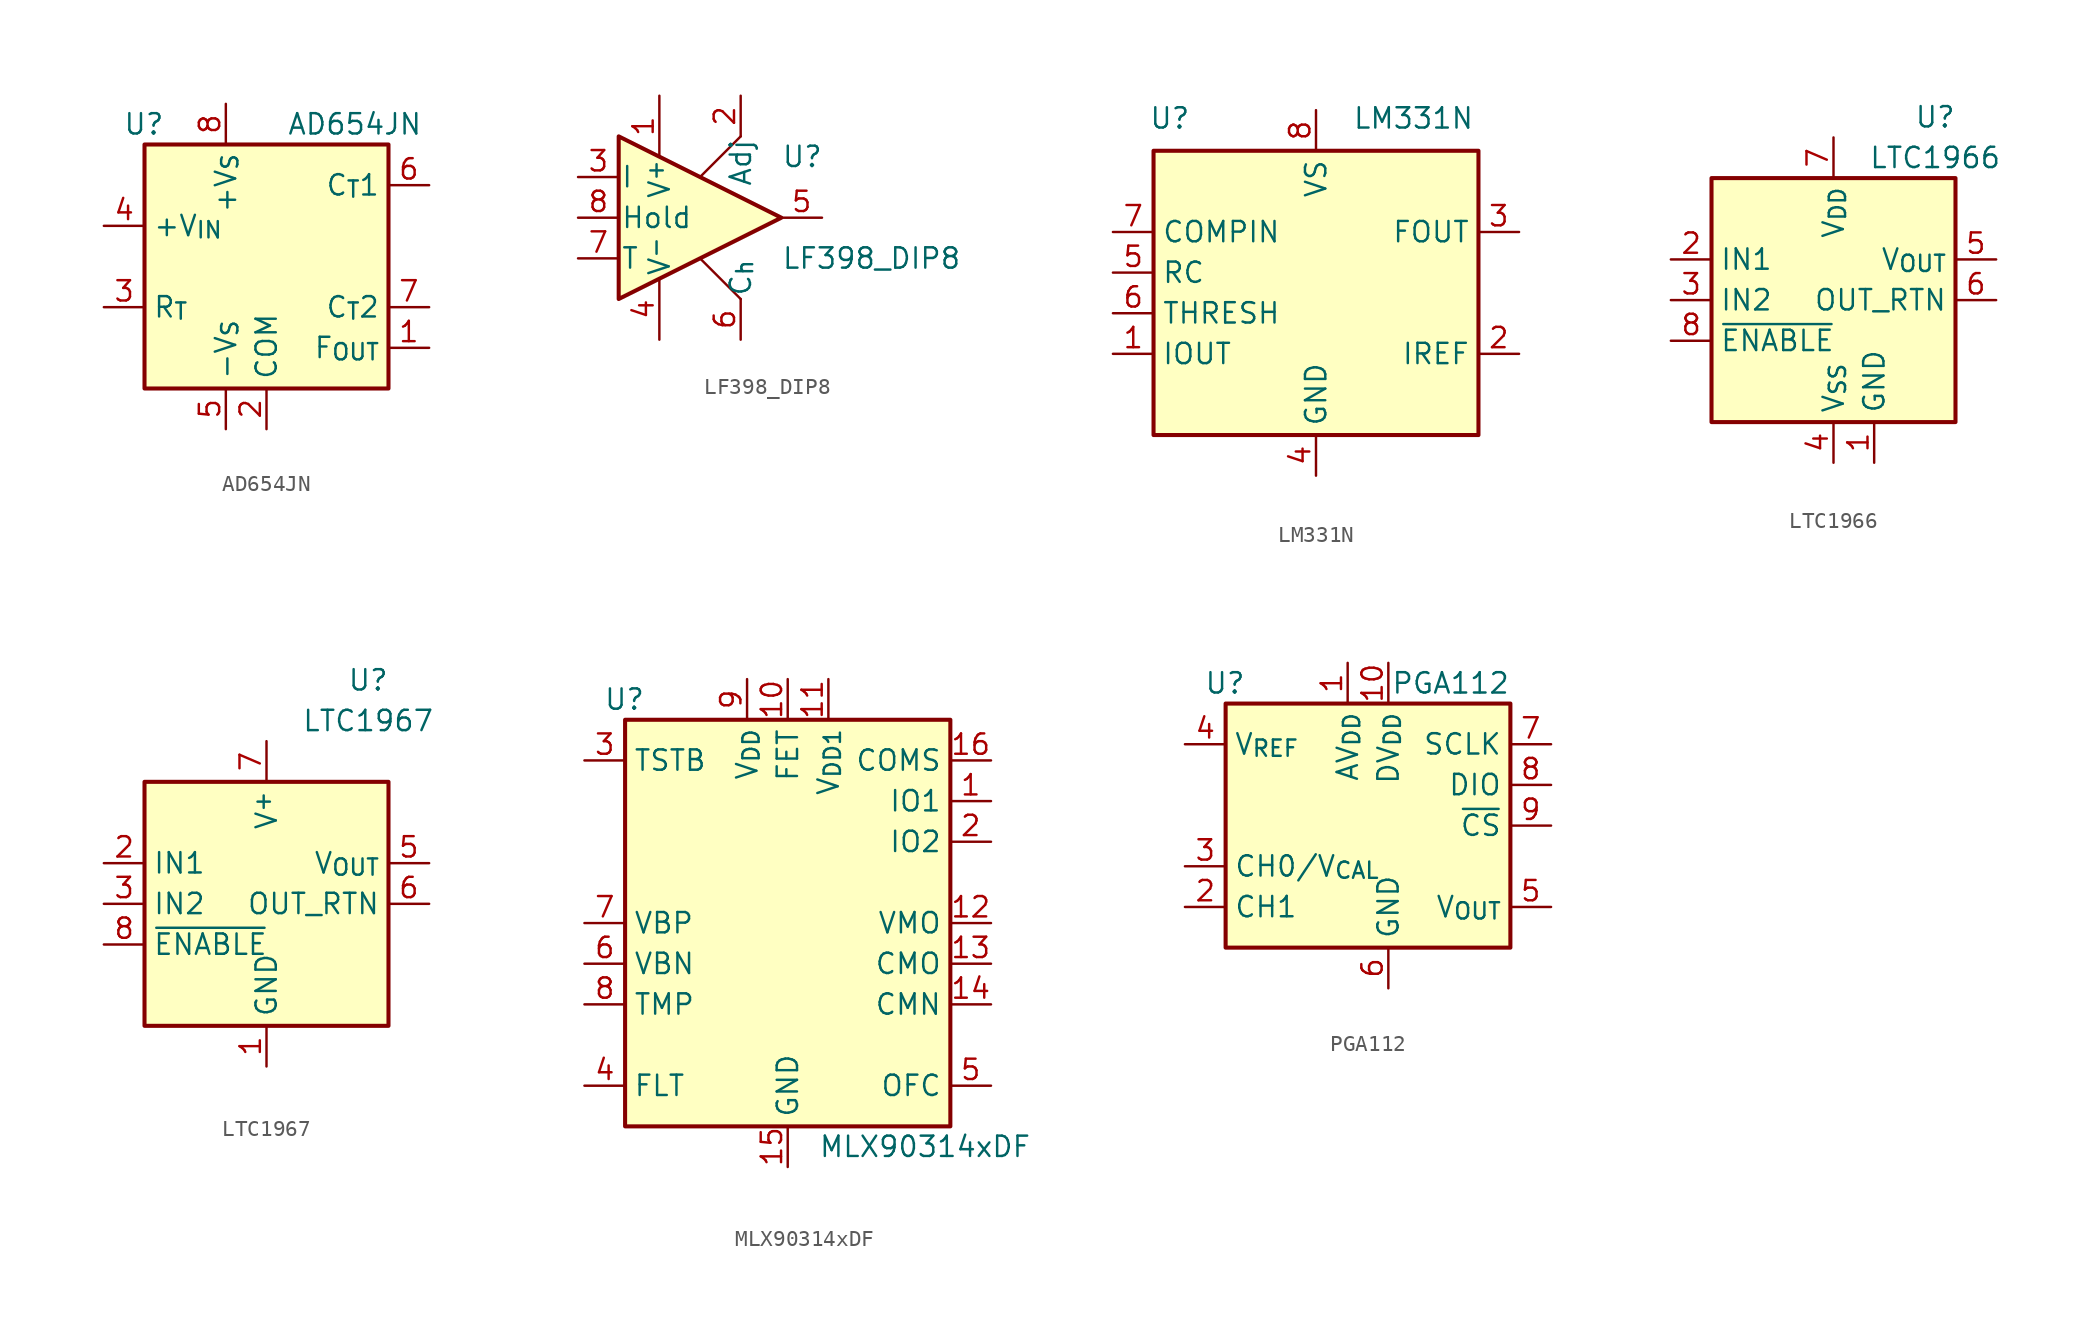
<source format=kicad_sym>
(kicad_symbol_lib
  (version 20241209)
  (generator "kicad_symbol_editor")
  (generator_version "9.0")
  (symbol "AD654JN"
    (property "Reference" "U"
      (at -6.35 8.89 0)
      (effects (font (size 1.27 1.27)) (justify right)))
    (property "Value" "AD654JN"
      (at 1.27 8.89 0)
      (effects (font (size 1.27 1.27)) (justify left)))
    (symbol "AD654JN_0_1"
      (rectangle (start -7.62 7.62) (end 7.62 -7.62) (stroke (width 0.254) (type default)) (fill (type background))))
    (symbol "AD654JN_1_1"
      (pin input line (at -10.16 2.54 0) (length 2.54) (name "+V_{IN}" (effects (font (size 1.27 1.27)))) (number "4" (effects (font (size 1.27 1.27)))))
      (pin input line (at -10.16 -2.54 0) (length 2.54) (name "R_{T}" (effects (font (size 1.27 1.27)))) (number "3" (effects (font (size 1.27 1.27)))))
      (pin power_in line (at -2.54 10.16 270) (length 2.54) (name "+V_{S}" (effects (font (size 1.27 1.27)))) (number "8" (effects (font (size 1.27 1.27)))))
      (pin power_in line (at -2.54 -10.16 90) (length 2.54) (name "-V_{S}" (effects (font (size 1.27 1.27)))) (number "5" (effects (font (size 1.27 1.27)))))
      (pin power_in line (at 0 -10.16 90) (length 2.54) (name "COM" (effects (font (size 1.27 1.27)))) (number "2" (effects (font (size 1.27 1.27)))))
      (pin passive line (at 10.16 5.08 180) (length 2.54) (name "C_{T}1" (effects (font (size 1.27 1.27)))) (number "6" (effects (font (size 1.27 1.27)))))
      (pin passive line (at 10.16 -2.54 180) (length 2.54) (name "C_{T}2" (effects (font (size 1.27 1.27)))) (number "7" (effects (font (size 1.27 1.27)))))
      (pin open_collector line (at 10.16 -5.08 180) (length 2.54) (name "F_{OUT}" (effects (font (size 1.27 1.27)))) (number "1" (effects (font (size 1.27 1.27)))))))
  (symbol "LF398_DIP8"
    (pin_names
      (offset 0.127))
    (property "Reference" "U"
      (at 5.08 3.81 0)
      (effects (font (size 1.27 1.27)) (justify left)))
    (property "Value" "LF398_DIP8"
      (at 5.08 -2.54 0)
      (effects (font (size 1.27 1.27)) (justify left)))
    (symbol "LF398_DIP8_0_1"
      (polyline (pts (xy -5.08 5.08) (xy 5.08 0) (xy -5.08 -5.08) (xy -5.08 5.08)) (stroke (width 0.254) (type default)) (fill (type background)))
      (polyline (pts (xy 0 -2.54) (xy 2.54 -5.08)) (stroke (width 0) (type default)) (fill (type none)))
      (polyline (pts (xy 2.54 5.08) (xy 0 2.54)) (stroke (width 0) (type default)) (fill (type none))))
    (symbol "LF398_DIP8_1_1"
      (pin input line (at -7.62 2.54 0) (length 2.54) (name "I" (effects (font (size 1.27 1.27)))) (number "3" (effects (font (size 1.27 1.27)))))
      (pin input line (at -7.62 0 0) (length 2.54) (name "Hold" (effects (font (size 1.27 1.27)))) (number "8" (effects (font (size 1.27 1.27)))))
      (pin passive line (at -7.62 -2.54 0) (length 2.54) (name "T" (effects (font (size 1.27 1.27)))) (number "7" (effects (font (size 1.27 1.27)))))
      (pin passive line (at -2.54 7.62 270) (length 3.81) (name "V^{+}" (effects (font (size 1.27 1.27)))) (number "1" (effects (font (size 1.27 1.27)))))
      (pin passive line (at -2.54 -7.62 90) (length 3.81) (name "V^{-}" (effects (font (size 1.27 1.27)))) (number "4" (effects (font (size 1.27 1.27)))))
      (pin passive line (at 2.54 7.62 270) (length 2.54) (name "Adj" (effects (font (size 1.27 1.27)))) (number "2" (effects (font (size 1.27 1.27)))))
      (pin passive line (at 2.54 -7.62 90) (length 2.54) (name "C_{h}" (effects (font (size 1.27 1.27)))) (number "6" (effects (font (size 1.27 1.27)))))
      (pin output line (at 7.62 0 180) (length 2.54) (name "~" (effects (font (size 1.27 1.27)))) (number "5" (effects (font (size 1.27 1.27)))))))
  (symbol "LM331N"
    (property "Reference" "U"
      (at -9.144 12.192 0)
      (effects (font (size 1.27 1.27))))
    (property "Value" "LM331N"
      (at 6.096 12.192 0)
      (effects (font (size 1.27 1.27))))
    (symbol "LM331N_1_1"
      (rectangle (start -10.16 10.16) (end 10.16 -7.62) (stroke (width 0.254) (type default)) (fill (type background)))
      (pin input line (at -12.7 5.08 0) (length 2.54) (name "COMPIN" (effects (font (size 1.27 1.27)))) (number "7" (effects (font (size 1.27 1.27)))))
      (pin input line (at -12.7 2.54 0) (length 2.54) (name "RC" (effects (font (size 1.27 1.27)))) (number "5" (effects (font (size 1.27 1.27)))))
      (pin input line (at -12.7 0 0) (length 2.54) (name "THRESH" (effects (font (size 1.27 1.27)))) (number "6" (effects (font (size 1.27 1.27)))))
      (pin output line (at -12.7 -2.54 0) (length 2.54) (name "IOUT" (effects (font (size 1.27 1.27)))) (number "1" (effects (font (size 1.27 1.27)))))
      (pin power_in line (at 0 12.7 270) (length 2.54) (name "VS" (effects (font (size 1.27 1.27)))) (number "8" (effects (font (size 1.27 1.27)))))
      (pin power_in line (at 0 -10.16 90) (length 2.54) (name "GND" (effects (font (size 1.27 1.27)))) (number "4" (effects (font (size 1.27 1.27)))))
      (pin open_collector line (at 12.7 5.08 180) (length 2.54) (name "FOUT" (effects (font (size 1.27 1.27)))) (number "3" (effects (font (size 1.27 1.27)))))
      (pin output line (at 12.7 -2.54 180) (length 2.54) (name "IREF" (effects (font (size 1.27 1.27)))) (number "2" (effects (font (size 1.27 1.27)))))))
  (symbol "LTC1966"
    (property "Reference" "U"
      (at 6.35 11.43 0)
      (effects (font (size 1.27 1.27))))
    (property "Value" "LTC1966"
      (at 6.35 8.89 0)
      (effects (font (size 1.27 1.27))))
    (symbol "LTC1966_0_0"
      (pin input line (at -10.16 2.54 0) (length 2.54) (name "IN1" (effects (font (size 1.27 1.27)))) (number "2" (effects (font (size 1.27 1.27)))))
      (pin input line (at -10.16 0 0) (length 2.54) (name "IN2" (effects (font (size 1.27 1.27)))) (number "3" (effects (font (size 1.27 1.27)))))
      (pin power_in line (at 2.54 -10.16 90) (length 2.54) (name "GND" (effects (font (size 1.27 1.27)))) (number "1" (effects (font (size 1.27 1.27)))))
      (pin input line (at 10.16 0 180) (length 2.54) (name "OUT_RTN" (effects (font (size 1.27 1.27)))) (number "6" (effects (font (size 1.27 1.27))))))
    (symbol "LTC1966_1_0"
      (pin passive line (at -10.16 -2.54 0) (length 2.54) (name "~{ENABLE}" (effects (font (size 1.27 1.27)))) (number "8" (effects (font (size 1.27 1.27)))))
      (pin power_in line (at 0 10.16 270) (length 2.54) (name "V_{DD}" (effects (font (size 1.27 1.27)))) (number "7" (effects (font (size 1.27 1.27)))))
      (pin power_in line (at 0 -10.16 90) (length 2.54) (name "V_{SS}" (effects (font (size 1.27 1.27)))) (number "4" (effects (font (size 1.27 1.27)))))
      (pin output line (at 10.16 2.54 180) (length 2.54) (name "V_{OUT}" (effects (font (size 1.27 1.27)))) (number "5" (effects (font (size 1.27 1.27))))))
    (symbol "LTC1966_1_1"
      (rectangle (start -7.62 7.62) (end 7.62 -7.62) (stroke (width 0.254) (type default)) (fill (type background)))))
  (symbol "LTC1967"
    (property "Reference" "U"
      (at 6.35 13.97 0)
      (effects (font (size 1.27 1.27))))
    (property "Value" "LTC1967"
      (at 6.35 11.43 0)
      (effects (font (size 1.27 1.27))))
    (symbol "LTC1967_0_0"
      (pin input line (at -10.16 2.54 0) (length 2.54) (name "IN1" (effects (font (size 1.27 1.27)))) (number "2" (effects (font (size 1.27 1.27)))))
      (pin input line (at -10.16 0 0) (length 2.54) (name "IN2" (effects (font (size 1.27 1.27)))) (number "3" (effects (font (size 1.27 1.27)))))
      (pin power_in line (at 0 -10.16 90) (length 2.54) (name "GND" (effects (font (size 1.27 1.27)))) (number "1" (effects (font (size 1.27 1.27)))))
      (pin input line (at 10.16 0 180) (length 2.54) (name "OUT_RTN" (effects (font (size 1.27 1.27)))) (number "6" (effects (font (size 1.27 1.27))))))
    (symbol "LTC1967_1_0"
      (pin passive line (at -10.16 -2.54 0) (length 2.54) (name "~{ENABLE}" (effects (font (size 1.27 1.27)))) (number "8" (effects (font (size 1.27 1.27)))))
      (pin power_in line (at 0 10.16 270) (length 2.54) (name "V^{+}" (effects (font (size 1.27 1.27)))) (number "7" (effects (font (size 1.27 1.27)))))
      (pin no_connect line (at 2.54 -7.62 90) (length 2.54) (hide yes) (name "NC" (effects (font (size 1.27 1.27)))) (number "4" (effects (font (size 1.27 1.27)))))
      (pin output line (at 10.16 2.54 180) (length 2.54) (name "V_{OUT}" (effects (font (size 1.27 1.27)))) (number "5" (effects (font (size 1.27 1.27))))))
    (symbol "LTC1967_1_1"
      (rectangle (start -7.62 7.62) (end 7.62 -7.62) (stroke (width 0.254) (type default)) (fill (type background)))))
  (symbol "MLX90314xDF"
    (property "Reference" "U"
      (at -8.89 13.97 0)
      (effects (font (size 1.27 1.27)) (justify right)))
    (property "Value" "MLX90314xDF"
      (at 15.24 -13.97 0)
      (effects (font (size 1.27 1.27)) (justify right)))
    (symbol "MLX90314xDF_0_1"
      (rectangle (start -10.16 12.7) (end 10.16 -12.7) (stroke (width 0.254) (type default)) (fill (type background))))
    (symbol "MLX90314xDF_1_1"
      (pin input line (at -12.7 10.16 0) (length 2.54) (name "TSTB" (effects (font (size 1.27 1.27)))) (number "3" (effects (font (size 1.27 1.27)))))
      (pin input line (at -12.7 0 0) (length 2.54) (name "VBP" (effects (font (size 1.27 1.27)))) (number "7" (effects (font (size 1.27 1.27)))))
      (pin input line (at -12.7 -2.54 0) (length 2.54) (name "VBN" (effects (font (size 1.27 1.27)))) (number "6" (effects (font (size 1.27 1.27)))))
      (pin input line (at -12.7 -5.08 0) (length 2.54) (name "TMP" (effects (font (size 1.27 1.27)))) (number "8" (effects (font (size 1.27 1.27)))))
      (pin passive line (at -12.7 -10.16 0) (length 2.54) (name "FLT" (effects (font (size 1.27 1.27)))) (number "4" (effects (font (size 1.27 1.27)))))
      (pin power_in line (at -2.54 15.24 270) (length 2.54) (name "V_{DD}" (effects (font (size 1.27 1.27)))) (number "9" (effects (font (size 1.27 1.27)))))
      (pin output line (at 0 15.24 270) (length 2.54) (name "FET" (effects (font (size 1.27 1.27)))) (number "10" (effects (font (size 1.27 1.27)))))
      (pin power_in line (at 0 -15.24 90) (length 2.54) (name "GND" (effects (font (size 1.27 1.27)))) (number "15" (effects (font (size 1.27 1.27)))))
      (pin power_in line (at 2.54 15.24 270) (length 2.54) (name "V_{DD1}" (effects (font (size 1.27 1.27)))) (number "11" (effects (font (size 1.27 1.27)))))
      (pin bidirectional line (at 12.7 10.16 180) (length 2.54) (name "COMS" (effects (font (size 1.27 1.27)))) (number "16" (effects (font (size 1.27 1.27)))))
      (pin bidirectional line (at 12.7 7.62 180) (length 2.54) (name "IO1" (effects (font (size 1.27 1.27)))) (number "1" (effects (font (size 1.27 1.27)))))
      (pin bidirectional line (at 12.7 5.08 180) (length 2.54) (name "IO2" (effects (font (size 1.27 1.27)))) (number "2" (effects (font (size 1.27 1.27)))))
      (pin output line (at 12.7 0 180) (length 2.54) (name "VMO" (effects (font (size 1.27 1.27)))) (number "12" (effects (font (size 1.27 1.27)))))
      (pin output line (at 12.7 -2.54 180) (length 2.54) (name "CMO" (effects (font (size 1.27 1.27)))) (number "13" (effects (font (size 1.27 1.27)))))
      (pin input line (at 12.7 -5.08 180) (length 2.54) (name "CMN" (effects (font (size 1.27 1.27)))) (number "14" (effects (font (size 1.27 1.27)))))
      (pin output line (at 12.7 -10.16 180) (length 2.54) (name "OFC" (effects (font (size 1.27 1.27)))) (number "5" (effects (font (size 1.27 1.27)))))))
  (symbol "PGA112"
    (property "Reference" "U"
      (at -8.89 8.89 0)
      (effects (font (size 1.27 1.27)) (justify right)))
    (property "Value" "PGA112"
      (at 7.62 8.89 0)
      (effects (font (size 1.27 1.27)) (justify right)))
    (symbol "PGA112_0_1"
      (rectangle (start -10.16 7.62) (end 7.62 -7.62) (stroke (width 0.254) (type default)) (fill (type background))))
    (symbol "PGA112_1_1"
      (pin input line (at -12.7 5.08 0) (length 2.54) (name "V_{REF}" (effects (font (size 1.27 1.27)))) (number "4" (effects (font (size 1.27 1.27)))))
      (pin input line (at -12.7 -2.54 0) (length 2.54) (name "CH0/V_{CAL}" (effects (font (size 1.27 1.27)))) (number "3" (effects (font (size 1.27 1.27)))))
      (pin input line (at -12.7 -5.08 0) (length 2.54) (name "CH1" (effects (font (size 1.27 1.27)))) (number "2" (effects (font (size 1.27 1.27)))))
      (pin power_in line (at -2.54 10.16 270) (length 2.54) (name "AV_{DD}" (effects (font (size 1.27 1.27)))) (number "1" (effects (font (size 1.27 1.27)))))
      (pin power_in line (at 0 10.16 270) (length 2.54) (name "DV_{DD}" (effects (font (size 1.27 1.27)))) (number "10" (effects (font (size 1.27 1.27)))))
      (pin power_in line (at 0 -10.16 90) (length 2.54) (name "GND" (effects (font (size 1.27 1.27)))) (number "6" (effects (font (size 1.27 1.27)))))
      (pin input line (at 10.16 5.08 180) (length 2.54) (name "SCLK" (effects (font (size 1.27 1.27)))) (number "7" (effects (font (size 1.27 1.27)))))
      (pin bidirectional line (at 10.16 2.54 180) (length 2.54) (name "DIO" (effects (font (size 1.27 1.27)))) (number "8" (effects (font (size 1.27 1.27)))))
      (pin input line (at 10.16 0 180) (length 2.54) (name "~{CS}" (effects (font (size 1.27 1.27)))) (number "9" (effects (font (size 1.27 1.27)))))
      (pin output line (at 10.16 -5.08 180) (length 2.54) (name "V_{OUT}" (effects (font (size 1.27 1.27)))) (number "5" (effects (font (size 1.27 1.27))))))))
</source>
